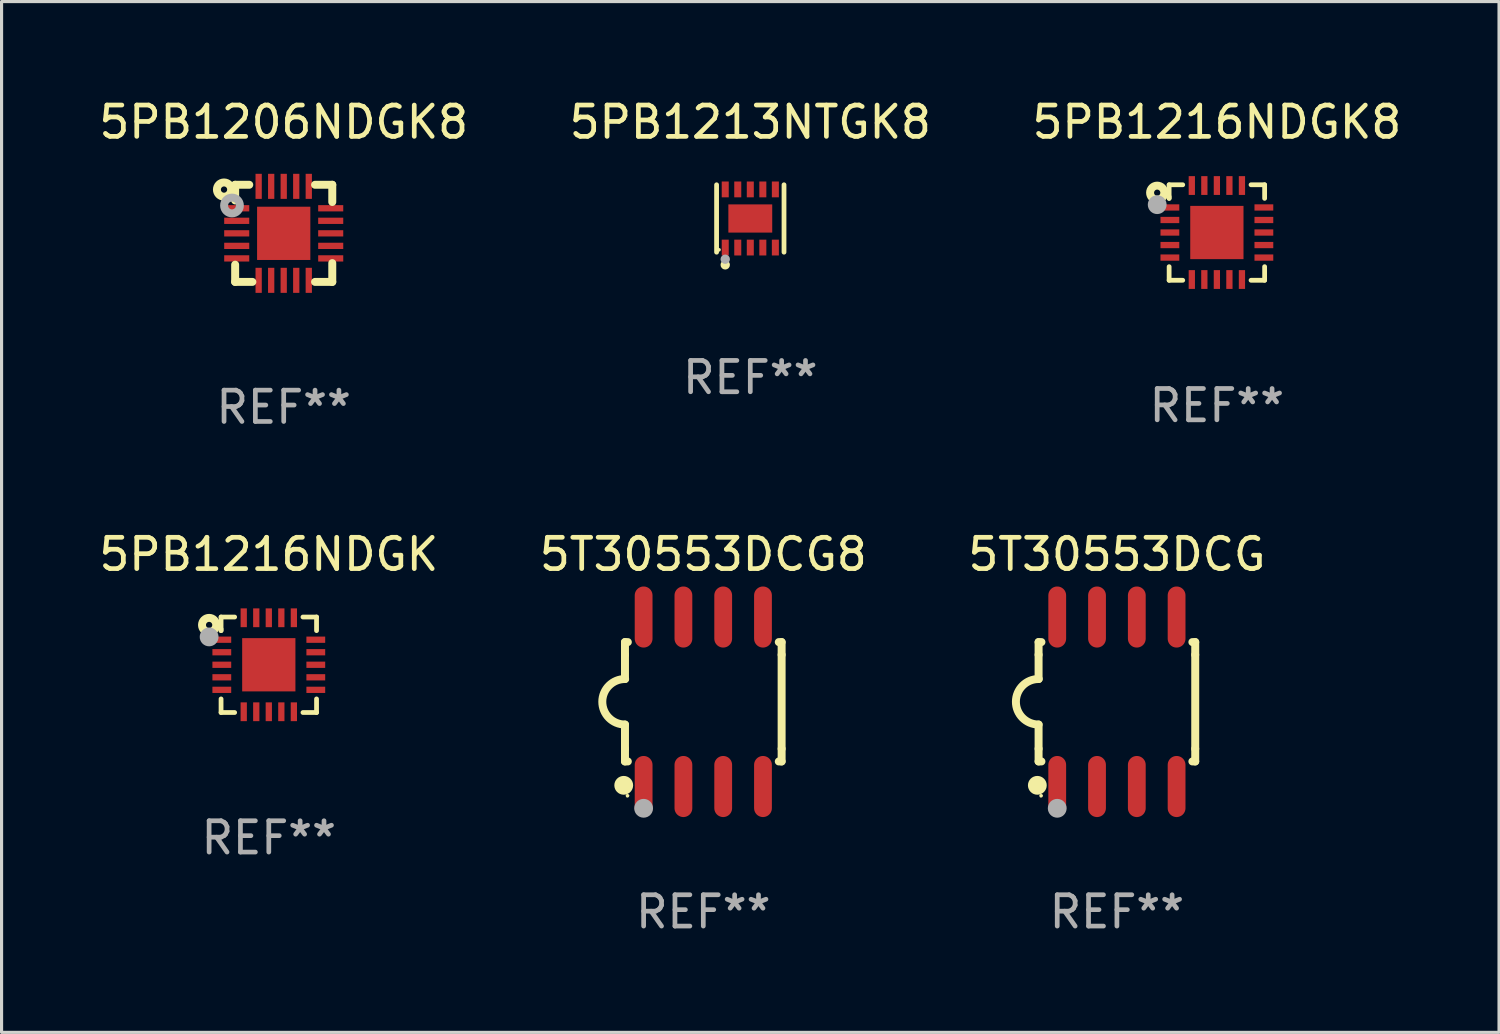
<source format=kicad_pcb>
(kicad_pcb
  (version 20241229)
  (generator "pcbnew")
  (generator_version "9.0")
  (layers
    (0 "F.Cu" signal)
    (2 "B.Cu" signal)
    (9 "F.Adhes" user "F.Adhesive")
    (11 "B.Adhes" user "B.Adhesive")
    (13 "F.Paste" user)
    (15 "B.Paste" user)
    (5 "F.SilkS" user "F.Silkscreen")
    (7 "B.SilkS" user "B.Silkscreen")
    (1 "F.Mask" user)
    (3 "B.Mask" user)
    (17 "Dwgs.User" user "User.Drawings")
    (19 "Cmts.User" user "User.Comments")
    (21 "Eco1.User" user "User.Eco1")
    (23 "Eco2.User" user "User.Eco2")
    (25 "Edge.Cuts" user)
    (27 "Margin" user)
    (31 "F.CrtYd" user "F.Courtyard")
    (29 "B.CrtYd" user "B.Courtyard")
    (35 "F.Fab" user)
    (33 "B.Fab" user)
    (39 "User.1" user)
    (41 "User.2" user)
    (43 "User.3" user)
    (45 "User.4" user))
  (footprint "5PB1216NDGK8"
    (layer "F.Cu")
    (at 35.792 4.372)
    (property "Reference" "5PB1216NDGK8" (at 0 -3.524 0) (layer "F.SilkS") (effects (font (size 1 1) (thickness 0.15))))
    (attr through_hole)
    (fp_line (start -1.524 -1.524) (end -1.09 -1.524) (stroke (width 0.152) (type solid)) (layer "F.SilkS"))
    (fp_line (start -1.524 -1.09) (end -1.524 -1.524) (stroke (width 0.152) (type solid)) (layer "F.SilkS"))
    (fp_line (start -1.524 -1.09) (end -1.524 -1.143) (stroke (width 0.152) (type solid)) (layer "F.SilkS"))
    (fp_line (start -1.524 1.524) (end -1.524 1.09) (stroke (width 0.152) (type solid)) (layer "F.SilkS"))
    (fp_line (start -1.09 1.524) (end -1.524 1.524) (stroke (width 0.152) (type solid)) (layer "F.SilkS"))
    (fp_line (start 1.09 -1.524) (end 1.524 -1.524) (stroke (width 0.152) (type solid)) (layer "F.SilkS"))
    (fp_line (start 1.524 -1.524) (end 1.524 -1.09) (stroke (width 0.152) (type solid)) (layer "F.SilkS"))
    (fp_line (start 1.524 1.09) (end 1.524 1.524) (stroke (width 0.152) (type solid)) (layer "F.SilkS"))
    (fp_line (start 1.524 1.524) (end 1.09 1.524) (stroke (width 0.152) (type solid)) (layer "F.SilkS"))
    (fp_circle (center -1.905 -1.27) (end -1.805 -1.27) (stroke (width 0.254) (type solid)) (fill no) (layer "F.SilkS"))
    (fp_circle (center -1.5 -1.5) (end -1.47 -1.5) (stroke (width 0.06) (type solid)) (fill no) (layer "F.SilkS"))
    (fp_circle (center -1.905 -0.889) (end -1.755 -0.889) (stroke (width 0.3) (type solid)) (fill no) (layer "F.Fab"))
    (fp_text user "REF**" (at 0 5.524 0) (layer "F.Fab") (effects (font (size 1 1) (thickness 0.15))))
    (pad "1" smd rect (at -1.5 -0.8) (size 0.6 0.2) (layers "F.Cu" "F.Mask" "F.Paste"))
    (pad "2" smd rect (at -1.5 -0.4) (size 0.6 0.2) (layers "F.Cu" "F.Mask" "F.Paste"))
    (pad "3" smd rect (at -1.5 -0.000203) (size 0.6 0.2) (layers "F.Cu" "F.Mask" "F.Paste"))
    (pad "4" smd rect (at -1.5 0.4) (size 0.6 0.2) (layers "F.Cu" "F.Mask" "F.Paste"))
    (pad "5" smd rect (at -1.5 0.8) (size 0.6 0.2) (layers "F.Cu" "F.Mask" "F.Paste"))
    (pad "6" smd rect (at -0.8 1.5) (size 0.2 0.6) (layers "F.Cu" "F.Mask" "F.Paste"))
    (pad "7" smd rect (at -0.4 1.5) (size 0.2 0.6) (layers "F.Cu" "F.Mask" "F.Paste"))
    (pad "8" smd rect (at -0.000178 1.5) (size 0.2 0.6) (layers "F.Cu" "F.Mask" "F.Paste"))
    (pad "9" smd rect (at 0.4 1.5) (size 0.2 0.6) (layers "F.Cu" "F.Mask" "F.Paste"))
    (pad "10" smd rect (at 0.8 1.5) (size 0.2 0.6) (layers "F.Cu" "F.Mask" "F.Paste"))
    (pad "11" smd rect (at 1.5 0.8) (size 0.6 0.2) (layers "F.Cu" "F.Mask" "F.Paste"))
    (pad "12" smd rect (at 1.5 0.4) (size 0.6 0.2) (layers "F.Cu" "F.Mask" "F.Paste"))
    (pad "13" smd rect (at 1.5 -0.000203) (size 0.6 0.2) (layers "F.Cu" "F.Mask" "F.Paste"))
    (pad "14" smd rect (at 1.5 -0.4) (size 0.6 0.2) (layers "F.Cu" "F.Mask" "F.Paste"))
    (pad "15" smd rect (at 1.5 -0.8) (size 0.6 0.2) (layers "F.Cu" "F.Mask" "F.Paste"))
    (pad "16" smd rect (at 0.8 -1.5) (size 0.2 0.6) (layers "F.Cu" "F.Mask" "F.Paste"))
    (pad "17" smd rect (at 0.4 -1.5) (size 0.2 0.6) (layers "F.Cu" "F.Mask" "F.Paste"))
    (pad "18" smd rect (at 0.000076 -1.5) (size 0.2 0.6) (layers "F.Cu" "F.Mask" "F.Paste"))
    (pad "19" smd rect (at -0.4 -1.5) (size 0.2 0.6) (layers "F.Cu" "F.Mask" "F.Paste"))
    (pad "20" smd rect (at -0.8 -1.5) (size 0.2 0.6) (layers "F.Cu" "F.Mask" "F.Paste"))
    (pad "21" smd rect (at -0.000178 -0.000203 180) (size 1.7 1.7) (layers "F.Cu" "F.Mask" "F.Paste")))
  (footprint "5PB1213NTGK8"
    (layer "F.Cu")
    (at 20.899 3.924)
    (property "Reference" "5PB1213NTGK8" (at 0 -3.076 0) (layer "F.SilkS") (effects (font (size 1 1) (thickness 0.15))))
    (attr through_hole)
    (fp_line (start -1.076 1.076) (end -1.076 -1.076) (stroke (width 0.152) (type solid)) (layer "F.SilkS"))
    (fp_line (start 1.076 1.076) (end 1.076 -1.076) (stroke (width 0.152) (type solid)) (layer "F.SilkS"))
    (fp_circle (center -1 1) (end -0.97 1) (stroke (width 0.06) (type solid)) (fill no) (layer "F.SilkS"))
    (fp_circle (center -0.8 1.48) (end -0.725 1.48) (stroke (width 0.15) (type solid)) (fill no) (layer "F.SilkS"))
    (fp_circle (center -0.8 1.3) (end -0.725 1.3) (stroke (width 0.15) (type solid)) (fill no) (layer "F.Fab"))
    (fp_text user "REF**" (at 0 5.076 0) (layer "F.Fab") (effects (font (size 1 1) (thickness 0.15))))
    (pad "1" smd rect (at -0.8 0.928) (size 0.224 0.505) (layers "F.Cu" "F.Mask" "F.Paste"))
    (pad "2" smd rect (at -0.4 0.928) (size 0.224 0.505) (layers "F.Cu" "F.Mask" "F.Paste"))
    (pad "3" smd rect (at 0 0.928) (size 0.224 0.505) (layers "F.Cu" "F.Mask" "F.Paste"))
    (pad "4" smd rect (at 0.4 0.928) (size 0.224 0.505) (layers "F.Cu" "F.Mask" "F.Paste"))
    (pad "5" smd rect (at 0.8 0.928) (size 0.224 0.505) (layers "F.Cu" "F.Mask" "F.Paste"))
    (pad "6" smd rect (at 0.8 -0.928) (size 0.224 0.505) (layers "F.Cu" "F.Mask" "F.Paste"))
    (pad "7" smd rect (at 0.4 -0.928) (size 0.224 0.505) (layers "F.Cu" "F.Mask" "F.Paste"))
    (pad "8" smd rect (at 0 -0.928) (size 0.224 0.505) (layers "F.Cu" "F.Mask" "F.Paste"))
    (pad "9" smd rect (at -0.4 -0.928) (size 0.224 0.505) (layers "F.Cu" "F.Mask" "F.Paste"))
    (pad "10" smd rect (at -0.8 -0.928) (size 0.224 0.505) (layers "F.Cu" "F.Mask" "F.Paste"))
    (pad "11" smd rect (at 0 0) (size 1.4 0.9) (layers "F.Cu" "F.Mask" "F.Paste")))
  (footprint "5T30553DCG"
    (layer "F.Cu")
    (at 32.601 19.35)
    (property "Reference" "5T30553DCG" (at 0 -4.705 0) (layer "F.SilkS") (effects (font (size 1 1) (thickness 0.15))))
    (attr through_hole)
    (fp_line (start -2.5 -1.905) (end -2.409 -1.905) (stroke (width 0.254) (type solid)) (layer "F.SilkS"))
    (fp_line (start -2.5 -1.5) (end -2.5 -1.905) (stroke (width 0.254) (type solid)) (layer "F.SilkS"))
    (fp_line (start -2.5 -1.5) (end -2.5 -0.726) (stroke (width 0.254) (type solid)) (layer "F.SilkS"))
    (fp_line (start -2.5 1.5) (end -2.5 0.727) (stroke (width 0.254) (type solid)) (layer "F.SilkS"))
    (fp_line (start -2.5 1.5) (end -2.5 1.905) (stroke (width 0.254) (type solid)) (layer "F.SilkS"))
    (fp_line (start -2.5 1.905) (end -2.409 1.905) (stroke (width 0.254) (type solid)) (layer "F.SilkS"))
    (fp_line (start 2.5 -1.905) (end 2.409 -1.905) (stroke (width 0.254) (type solid)) (layer "F.SilkS"))
    (fp_line (start 2.5 -1.5) (end 2.5 -1.905) (stroke (width 0.254) (type solid)) (layer "F.SilkS"))
    (fp_line (start 2.5 -1.5) (end 2.5 1.5) (stroke (width 0.254) (type solid)) (layer "F.SilkS"))
    (fp_line (start 2.5 1.5) (end 2.5 1.905) (stroke (width 0.254) (type solid)) (layer "F.SilkS"))
    (fp_line (start 2.5 1.905) (end 2.409 1.905) (stroke (width 0.254) (type solid)) (layer "F.SilkS"))
    (fp_arc (start -2.5 0.726568) (mid -3.220316 -0.0023) (end -2.495097 -0.726289) (stroke (width 0.254001) (type solid)) (layer "F.SilkS"))
    (fp_circle (center -2.54 2.667) (end -2.39 2.667) (stroke (width 0.3) (type solid)) (fill no) (layer "F.SilkS"))
    (fp_circle (center -2.42 3) (end -2.39 3) (stroke (width 0.06) (type solid)) (fill no) (layer "F.SilkS"))
    (fp_circle (center -1.905 3.4) (end -1.755 3.4) (stroke (width 0.3) (type solid)) (fill no) (layer "F.Fab"))
    (fp_text user "REF**" (at 0 6.705 0) (layer "F.Fab") (effects (font (size 1 1) (thickness 0.15))))
    (pad "1" smd oval (at -1.905 2.705) (size 0.568 1.95) (layers "F.Cu" "F.Mask" "F.Paste"))
    (pad "2" smd oval (at -0.635 2.705) (size 0.568 1.95) (layers "F.Cu" "F.Mask" "F.Paste"))
    (pad "3" smd oval (at 0.635 2.705) (size 0.568 1.95) (layers "F.Cu" "F.Mask" "F.Paste"))
    (pad "4" smd oval (at 1.905 2.705) (size 0.568 1.95) (layers "F.Cu" "F.Mask" "F.Paste"))
    (pad "5" smd oval (at 1.905 -2.705) (size 0.568 1.95) (layers "F.Cu" "F.Mask" "F.Paste"))
    (pad "6" smd oval (at 0.635 -2.705) (size 0.568 1.95) (layers "F.Cu" "F.Mask" "F.Paste"))
    (pad "7" smd oval (at -0.635 -2.705) (size 0.568 1.95) (layers "F.Cu" "F.Mask" "F.Paste"))
    (pad "8" smd oval (at -1.905 -2.705) (size 0.568 1.95) (layers "F.Cu" "F.Mask" "F.Paste")))
  (footprint "5T30553DCG8"
    (layer "F.Cu")
    (at 19.399 19.35)
    (property "Reference" "5T30553DCG8" (at 0 -4.705 0) (layer "F.SilkS") (effects (font (size 1 1) (thickness 0.15))))
    (attr through_hole)
    (fp_line (start -2.5 -1.905) (end -2.409 -1.905) (stroke (width 0.254) (type solid)) (layer "F.SilkS"))
    (fp_line (start -2.5 -1.5) (end -2.5 -1.905) (stroke (width 0.254) (type solid)) (layer "F.SilkS"))
    (fp_line (start -2.5 -1.5) (end -2.5 -0.726) (stroke (width 0.254) (type solid)) (layer "F.SilkS"))
    (fp_line (start -2.5 1.5) (end -2.5 0.727) (stroke (width 0.254) (type solid)) (layer "F.SilkS"))
    (fp_line (start -2.5 1.5) (end -2.5 1.905) (stroke (width 0.254) (type solid)) (layer "F.SilkS"))
    (fp_line (start -2.5 1.905) (end -2.409 1.905) (stroke (width 0.254) (type solid)) (layer "F.SilkS"))
    (fp_line (start 2.5 -1.905) (end 2.409 -1.905) (stroke (width 0.254) (type solid)) (layer "F.SilkS"))
    (fp_line (start 2.5 -1.5) (end 2.5 -1.905) (stroke (width 0.254) (type solid)) (layer "F.SilkS"))
    (fp_line (start 2.5 -1.5) (end 2.5 1.5) (stroke (width 0.254) (type solid)) (layer "F.SilkS"))
    (fp_line (start 2.5 1.5) (end 2.5 1.905) (stroke (width 0.254) (type solid)) (layer "F.SilkS"))
    (fp_line (start 2.5 1.905) (end 2.409 1.905) (stroke (width 0.254) (type solid)) (layer "F.SilkS"))
    (fp_arc (start -2.5 0.726568) (mid -3.220316 -0.0023) (end -2.495097 -0.726289) (stroke (width 0.254001) (type solid)) (layer "F.SilkS"))
    (fp_circle (center -2.54 2.667) (end -2.39 2.667) (stroke (width 0.3) (type solid)) (fill no) (layer "F.SilkS"))
    (fp_circle (center -2.42 3) (end -2.39 3) (stroke (width 0.06) (type solid)) (fill no) (layer "F.SilkS"))
    (fp_circle (center -1.905 3.4) (end -1.755 3.4) (stroke (width 0.3) (type solid)) (fill no) (layer "F.Fab"))
    (fp_text user "REF**" (at 0 6.705 0) (layer "F.Fab") (effects (font (size 1 1) (thickness 0.15))))
    (pad "1" smd oval (at -1.905 2.705) (size 0.568 1.95) (layers "F.Cu" "F.Mask" "F.Paste"))
    (pad "2" smd oval (at -0.635 2.705) (size 0.568 1.95) (layers "F.Cu" "F.Mask" "F.Paste"))
    (pad "3" smd oval (at 0.635 2.705) (size 0.568 1.95) (layers "F.Cu" "F.Mask" "F.Paste"))
    (pad "4" smd oval (at 1.905 2.705) (size 0.568 1.95) (layers "F.Cu" "F.Mask" "F.Paste"))
    (pad "5" smd oval (at 1.905 -2.705) (size 0.568 1.95) (layers "F.Cu" "F.Mask" "F.Paste"))
    (pad "6" smd oval (at 0.635 -2.705) (size 0.568 1.95) (layers "F.Cu" "F.Mask" "F.Paste"))
    (pad "7" smd oval (at -0.635 -2.705) (size 0.568 1.95) (layers "F.Cu" "F.Mask" "F.Paste"))
    (pad "8" smd oval (at -1.905 -2.705) (size 0.568 1.95) (layers "F.Cu" "F.Mask" "F.Paste")))
  (footprint "5PB1216NDGK"
    (layer "F.Cu")
    (at 5.53 18.169)
    (property "Reference" "5PB1216NDGK" (at 0 -3.524 0) (layer "F.SilkS") (effects (font (size 1 1) (thickness 0.15))))
    (attr through_hole)
    (fp_line (start -1.524 -1.524) (end -1.09 -1.524) (stroke (width 0.152) (type solid)) (layer "F.SilkS"))
    (fp_line (start -1.524 -1.09) (end -1.524 -1.524) (stroke (width 0.152) (type solid)) (layer "F.SilkS"))
    (fp_line (start -1.524 -1.09) (end -1.524 -1.143) (stroke (width 0.152) (type solid)) (layer "F.SilkS"))
    (fp_line (start -1.524 1.524) (end -1.524 1.09) (stroke (width 0.152) (type solid)) (layer "F.SilkS"))
    (fp_line (start -1.09 1.524) (end -1.524 1.524) (stroke (width 0.152) (type solid)) (layer "F.SilkS"))
    (fp_line (start 1.09 -1.524) (end 1.524 -1.524) (stroke (width 0.152) (type solid)) (layer "F.SilkS"))
    (fp_line (start 1.524 -1.524) (end 1.524 -1.09) (stroke (width 0.152) (type solid)) (layer "F.SilkS"))
    (fp_line (start 1.524 1.09) (end 1.524 1.524) (stroke (width 0.152) (type solid)) (layer "F.SilkS"))
    (fp_line (start 1.524 1.524) (end 1.09 1.524) (stroke (width 0.152) (type solid)) (layer "F.SilkS"))
    (fp_circle (center -1.905 -1.27) (end -1.805 -1.27) (stroke (width 0.254) (type solid)) (fill no) (layer "F.SilkS"))
    (fp_circle (center -1.5 -1.5) (end -1.47 -1.5) (stroke (width 0.06) (type solid)) (fill no) (layer "F.SilkS"))
    (fp_circle (center -1.905 -0.889) (end -1.755 -0.889) (stroke (width 0.3) (type solid)) (fill no) (layer "F.Fab"))
    (fp_text user "REF**" (at 0 5.524 0) (layer "F.Fab") (effects (font (size 1 1) (thickness 0.15))))
    (pad "1" smd rect (at -1.5 -0.8) (size 0.6 0.2) (layers "F.Cu" "F.Mask" "F.Paste"))
    (pad "2" smd rect (at -1.5 -0.4) (size 0.6 0.2) (layers "F.Cu" "F.Mask" "F.Paste"))
    (pad "3" smd rect (at -1.5 -0.000203) (size 0.6 0.2) (layers "F.Cu" "F.Mask" "F.Paste"))
    (pad "4" smd rect (at -1.5 0.4) (size 0.6 0.2) (layers "F.Cu" "F.Mask" "F.Paste"))
    (pad "5" smd rect (at -1.5 0.8) (size 0.6 0.2) (layers "F.Cu" "F.Mask" "F.Paste"))
    (pad "6" smd rect (at -0.8 1.5) (size 0.2 0.6) (layers "F.Cu" "F.Mask" "F.Paste"))
    (pad "7" smd rect (at -0.4 1.5) (size 0.2 0.6) (layers "F.Cu" "F.Mask" "F.Paste"))
    (pad "8" smd rect (at -0.000178 1.5) (size 0.2 0.6) (layers "F.Cu" "F.Mask" "F.Paste"))
    (pad "9" smd rect (at 0.4 1.5) (size 0.2 0.6) (layers "F.Cu" "F.Mask" "F.Paste"))
    (pad "10" smd rect (at 0.8 1.5) (size 0.2 0.6) (layers "F.Cu" "F.Mask" "F.Paste"))
    (pad "11" smd rect (at 1.5 0.8) (size 0.6 0.2) (layers "F.Cu" "F.Mask" "F.Paste"))
    (pad "12" smd rect (at 1.5 0.4) (size 0.6 0.2) (layers "F.Cu" "F.Mask" "F.Paste"))
    (pad "13" smd rect (at 1.5 -0.000203) (size 0.6 0.2) (layers "F.Cu" "F.Mask" "F.Paste"))
    (pad "14" smd rect (at 1.5 -0.4) (size 0.6 0.2) (layers "F.Cu" "F.Mask" "F.Paste"))
    (pad "15" smd rect (at 1.5 -0.8) (size 0.6 0.2) (layers "F.Cu" "F.Mask" "F.Paste"))
    (pad "16" smd rect (at 0.8 -1.5) (size 0.2 0.6) (layers "F.Cu" "F.Mask" "F.Paste"))
    (pad "17" smd rect (at 0.4 -1.5) (size 0.2 0.6) (layers "F.Cu" "F.Mask" "F.Paste"))
    (pad "18" smd rect (at 0.000076 -1.5) (size 0.2 0.6) (layers "F.Cu" "F.Mask" "F.Paste"))
    (pad "19" smd rect (at -0.4 -1.5) (size 0.2 0.6) (layers "F.Cu" "F.Mask" "F.Paste"))
    (pad "20" smd rect (at -0.8 -1.5) (size 0.2 0.6) (layers "F.Cu" "F.Mask" "F.Paste"))
    (pad "21" smd rect (at -0.000178 -0.000203 180) (size 1.7 1.7) (layers "F.Cu" "F.Mask" "F.Paste")))
  (footprint "5PB1206NDGK8"
    (layer "F.Cu")
    (at 6.006 4.398)
    (property "Reference" "5PB1206NDGK8" (at 0 -3.55 0) (layer "F.SilkS") (effects (font (size 1 1) (thickness 0.15))))
    (attr through_hole)
    (fp_line (start -1.55 -1.55) (end -1.55 -1.05) (stroke (width 0.254) (type solid)) (layer "F.SilkS"))
    (fp_line (start -1.55 1.55) (end -1.55 1) (stroke (width 0.254) (type solid)) (layer "F.SilkS"))
    (fp_line (start -1.1 -1.55) (end -1.55 -1.55) (stroke (width 0.254) (type solid)) (layer "F.SilkS"))
    (fp_line (start -1 1.55) (end -1.55 1.55) (stroke (width 0.254) (type solid)) (layer "F.SilkS"))
    (fp_line (start 1 -1.55) (end 1.55 -1.55) (stroke (width 0.254) (type solid)) (layer "F.SilkS"))
    (fp_line (start 1.55 -1.55) (end 1.55 -1) (stroke (width 0.254) (type solid)) (layer "F.SilkS"))
    (fp_line (start 1.55 0.95) (end 1.55 1.55) (stroke (width 0.254) (type solid)) (layer "F.SilkS"))
    (fp_line (start 1.55 1.55) (end 1 1.55) (stroke (width 0.254) (type solid)) (layer "F.SilkS"))
    (fp_circle (center -1.905 -1.397) (end -1.805 -1.397) (stroke (width 0.254) (type solid)) (fill no) (layer "F.SilkS"))
    (fp_circle (center -1.5 -1.5) (end -1.47 -1.5) (stroke (width 0.06) (type solid)) (fill no) (layer "F.SilkS"))
    (fp_circle (center -1.651 -0.889) (end -1.526 -0.889) (stroke (width 0.254) (type solid)) (fill no) (layer "F.Fab"))
    (fp_text user "REF**" (at 0 5.55 0) (layer "F.Fab") (effects (font (size 1 1) (thickness 0.15))))
    (pad "1" smd rect (at -1.5 -0.8 90) (size 0.2 0.8) (layers "F.Cu" "F.Mask" "F.Paste"))
    (pad "2" smd rect (at -1.5 -0.4 90) (size 0.2 0.8) (layers "F.Cu" "F.Mask" "F.Paste"))
    (pad "3" smd rect (at -1.5 0 90) (size 0.2 0.8) (layers "F.Cu" "F.Mask" "F.Paste"))
    (pad "4" smd rect (at -1.5 0.4 90) (size 0.2 0.8) (layers "F.Cu" "F.Mask" "F.Paste"))
    (pad "5" smd rect (at -1.5 0.8 90) (size 0.2 0.8) (layers "F.Cu" "F.Mask" "F.Paste"))
    (pad "6" smd rect (at -0.8 1.5) (size 0.2 0.8) (layers "F.Cu" "F.Mask" "F.Paste"))
    (pad "7" smd rect (at -0.4 1.5) (size 0.2 0.8) (layers "F.Cu" "F.Mask" "F.Paste"))
    (pad "8" smd rect (at 0 1.5) (size 0.2 0.8) (layers "F.Cu" "F.Mask" "F.Paste"))
    (pad "9" smd rect (at 0.4 1.5) (size 0.2 0.8) (layers "F.Cu" "F.Mask" "F.Paste"))
    (pad "10" smd rect (at 0.8 1.5) (size 0.2 0.8) (layers "F.Cu" "F.Mask" "F.Paste"))
    (pad "11" smd rect (at 1.5 0.8 90) (size 0.2 0.8) (layers "F.Cu" "F.Mask" "F.Paste"))
    (pad "12" smd rect (at 1.5 0.4 90) (size 0.2 0.8) (layers "F.Cu" "F.Mask" "F.Paste"))
    (pad "13" smd rect (at 1.5 0 90) (size 0.2 0.8) (layers "F.Cu" "F.Mask" "F.Paste"))
    (pad "14" smd rect (at 1.5 -0.4 90) (size 0.2 0.8) (layers "F.Cu" "F.Mask" "F.Paste"))
    (pad "15" smd rect (at 1.5 -0.8 90) (size 0.2 0.8) (layers "F.Cu" "F.Mask" "F.Paste"))
    (pad "16" smd rect (at 0.8 -1.5 180) (size 0.2 0.8) (layers "F.Cu" "F.Mask" "F.Paste"))
    (pad "17" smd rect (at 0.4 -1.5 180) (size 0.2 0.8) (layers "F.Cu" "F.Mask" "F.Paste"))
    (pad "18" smd rect (at 0.000254 -1.5 180) (size 0.2 0.8) (layers "F.Cu" "F.Mask" "F.Paste"))
    (pad "19" smd rect (at -0.4 -1.5 180) (size 0.2 0.8) (layers "F.Cu" "F.Mask" "F.Paste"))
    (pad "20" smd rect (at -0.8 -1.5 180) (size 0.2 0.8) (layers "F.Cu" "F.Mask" "F.Paste"))
    (pad "21" smd rect (at 0 0 180) (size 1.7 1.7) (layers "F.Cu" "F.Mask" "F.Paste")))
  (gr_rect
    (start -3 -3)
    (end 44.798 29.903)
    (stroke (width 0.1) (type default))
    (fill no)
    (layer "Edge.Cuts")))
</source>
